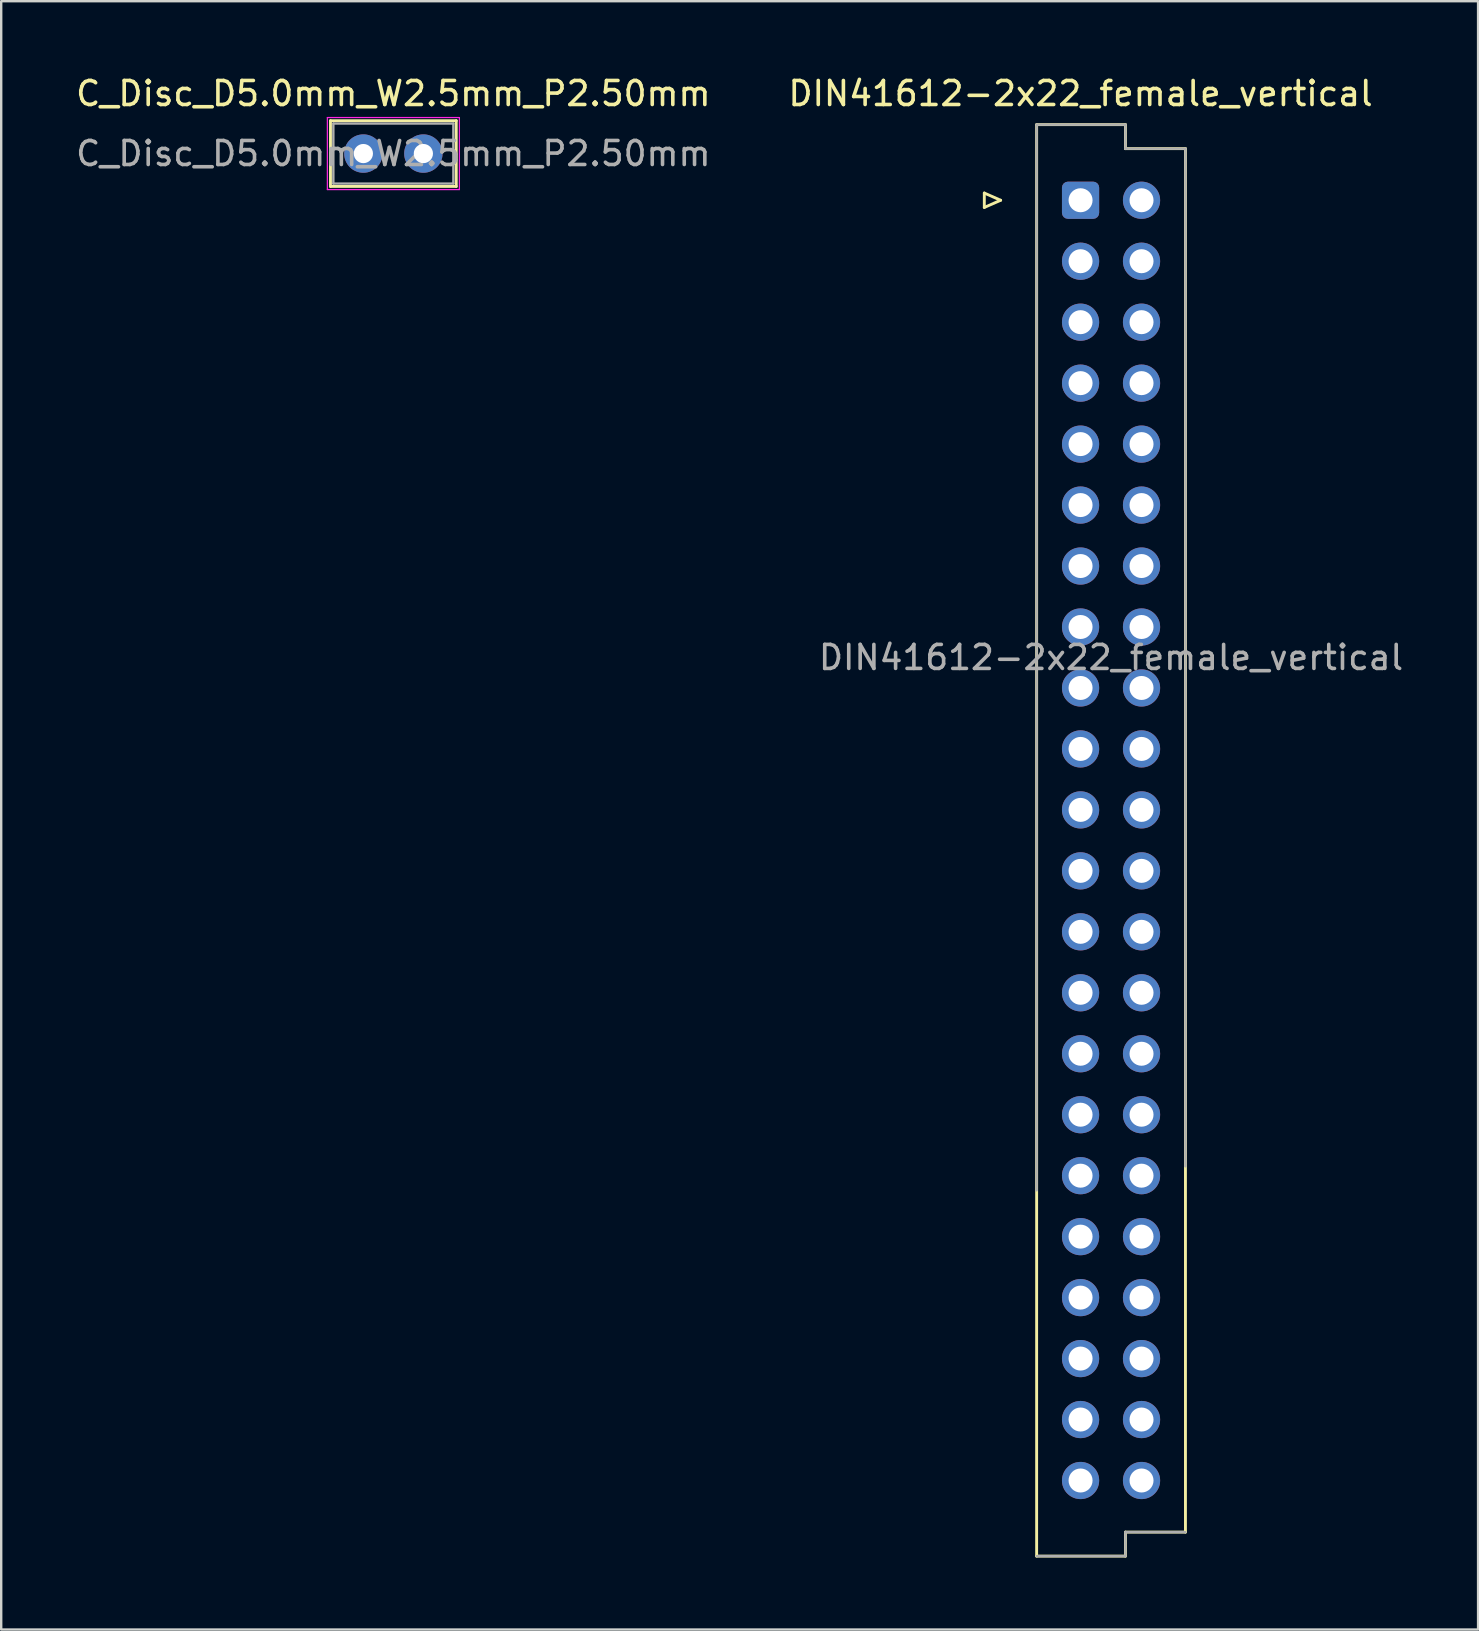
<source format=kicad_pcb>
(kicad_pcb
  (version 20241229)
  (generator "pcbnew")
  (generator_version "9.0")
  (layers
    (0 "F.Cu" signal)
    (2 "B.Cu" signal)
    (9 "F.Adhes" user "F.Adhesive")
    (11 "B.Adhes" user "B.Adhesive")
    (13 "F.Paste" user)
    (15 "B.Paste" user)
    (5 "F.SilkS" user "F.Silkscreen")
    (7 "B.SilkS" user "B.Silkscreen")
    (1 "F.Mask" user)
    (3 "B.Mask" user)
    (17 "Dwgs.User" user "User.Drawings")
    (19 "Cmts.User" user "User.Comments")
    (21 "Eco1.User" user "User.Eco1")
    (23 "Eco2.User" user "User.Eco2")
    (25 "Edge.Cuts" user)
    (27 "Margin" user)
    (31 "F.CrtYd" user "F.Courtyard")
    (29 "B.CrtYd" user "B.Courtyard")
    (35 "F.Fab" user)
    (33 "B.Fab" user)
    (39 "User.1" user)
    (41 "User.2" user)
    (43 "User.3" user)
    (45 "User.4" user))
  (footprint "DIN41612-2x22_female_vertical"
    (layer "F.Cu")
    (at 41.97 5.293)
    (property "Reference" "DIN41612-2x22_female_vertical" (at 0 -4.445 0) (layer "F.SilkS") (effects (font (size 1 1) (thickness 0.15))))
    (attr through_hole)
    (fp_line (start -4.01 -0.3) (end -4.01 0.3) (stroke (width 0.12) (type solid)) (layer "F.SilkS"))
    (fp_line (start -4.01 0.3) (end -3.33 0) (stroke (width 0.12) (type solid)) (layer "F.SilkS"))
    (fp_line (start -3.33 0) (end -4.01 -0.3) (stroke (width 0.12) (type solid)) (layer "F.SilkS"))
    (fp_line (start -1.83 -3.15) (end 1.87 -3.15) (stroke (width 0.12) (type solid)) (layer "F.SilkS"))
    (fp_line (start -1.83 56.49) (end -1.83 -3.15) (stroke (width 0.12) (type solid)) (layer "F.SilkS"))
    (fp_line (start 1.87 -3.15) (end 1.87 -2.15) (stroke (width 0.12) (type solid)) (layer "F.SilkS"))
    (fp_line (start 1.87 -2.15) (end 4.37 -2.15) (stroke (width 0.12) (type solid)) (layer "F.SilkS"))
    (fp_line (start 1.87 55.49) (end 1.87 56.49) (stroke (width 0.12) (type solid)) (layer "F.SilkS"))
    (fp_line (start 1.87 56.49) (end -1.83 56.49) (stroke (width 0.12) (type solid)) (layer "F.SilkS"))
    (fp_line (start 4.37 -2.15) (end 4.37 55.49) (stroke (width 0.12) (type solid)) (layer "F.SilkS"))
    (fp_line (start 4.37 55.49) (end 1.87 55.49) (stroke (width 0.12) (type solid)) (layer "F.SilkS"))
    (fp_line (start -1.83 -3.15) (end 1.87 -3.15) (stroke (width 0.1) (type solid)) (layer "F.Fab"))
    (fp_line (start -1.83 41.25) (end -1.83 -3.15) (stroke (width 0.1) (type solid)) (layer "F.Fab"))
    (fp_line (start 1.87 -3.15) (end 1.87 -2.15) (stroke (width 0.1) (type solid)) (layer "F.Fab"))
    (fp_line (start 1.87 -2.15) (end 4.37 -2.15) (stroke (width 0.1) (type solid)) (layer "F.Fab"))
    (fp_line (start 1.87 55.49) (end 1.87 56.49) (stroke (width 0.1) (type solid)) (layer "F.Fab"))
    (fp_line (start 1.87 56.49) (end -1.83 56.49) (stroke (width 0.1) (type solid)) (layer "F.Fab"))
    (fp_line (start 4.37 -2.15) (end 4.37 40.25) (stroke (width 0.1) (type solid)) (layer "F.Fab"))
    (fp_line (start 4.37 55.49) (end 1.87 55.49) (stroke (width 0.1) (type solid)) (layer "F.Fab"))
    (fp_text user "${REFERENCE}" (at 1.27 19.05 0) (layer "F.Fab") (effects (font (size 1 1) (thickness 0.15))))
    (pad "1A" thru_hole roundrect (at 0 0) (size 1.55 1.55) (drill 1) (layers "*.Cu" "*.Mask") (roundrect_rratio 0.161))
    (pad "1B" thru_hole circle (at 2.54 0) (size 1.55 1.55) (drill 1) (layers "*.Cu" "*.Mask"))
    (pad "2A" thru_hole circle (at 0 2.54) (size 1.55 1.55) (drill 1) (layers "*.Cu" "*.Mask"))
    (pad "2B" thru_hole circle (at 2.54 2.54) (size 1.55 1.55) (drill 1) (layers "*.Cu" "*.Mask"))
    (pad "3A" thru_hole circle (at 0 5.08) (size 1.55 1.55) (drill 1) (layers "*.Cu" "*.Mask"))
    (pad "3B" thru_hole circle (at 2.54 5.08) (size 1.55 1.55) (drill 1) (layers "*.Cu" "*.Mask"))
    (pad "4A" thru_hole circle (at 0 7.62) (size 1.55 1.55) (drill 1) (layers "*.Cu" "*.Mask"))
    (pad "4B" thru_hole circle (at 2.54 7.62) (size 1.55 1.55) (drill 1) (layers "*.Cu" "*.Mask"))
    (pad "5A" thru_hole circle (at 0 10.16) (size 1.55 1.55) (drill 1) (layers "*.Cu" "*.Mask"))
    (pad "5B" thru_hole circle (at 2.54 10.16) (size 1.55 1.55) (drill 1) (layers "*.Cu" "*.Mask"))
    (pad "6A" thru_hole circle (at 0 12.7) (size 1.55 1.55) (drill 1) (layers "*.Cu" "*.Mask"))
    (pad "6B" thru_hole circle (at 2.54 12.7) (size 1.55 1.55) (drill 1) (layers "*.Cu" "*.Mask"))
    (pad "7A" thru_hole circle (at 0 15.24) (size 1.55 1.55) (drill 1) (layers "*.Cu" "*.Mask"))
    (pad "7B" thru_hole circle (at 2.54 15.24) (size 1.55 1.55) (drill 1) (layers "*.Cu" "*.Mask"))
    (pad "8A" thru_hole circle (at 0 17.78) (size 1.55 1.55) (drill 1) (layers "*.Cu" "*.Mask"))
    (pad "8B" thru_hole circle (at 2.54 17.78) (size 1.55 1.55) (drill 1) (layers "*.Cu" "*.Mask"))
    (pad "9A" thru_hole circle (at 0 20.32) (size 1.55 1.55) (drill 1) (layers "*.Cu" "*.Mask"))
    (pad "9B" thru_hole circle (at 2.54 20.32) (size 1.55 1.55) (drill 1) (layers "*.Cu" "*.Mask"))
    (pad "10A" thru_hole circle (at 0 22.86) (size 1.55 1.55) (drill 1) (layers "*.Cu" "*.Mask"))
    (pad "10B" thru_hole circle (at 2.54 22.86) (size 1.55 1.55) (drill 1) (layers "*.Cu" "*.Mask"))
    (pad "11A" thru_hole circle (at 0 25.4) (size 1.55 1.55) (drill 1) (layers "*.Cu" "*.Mask"))
    (pad "11B" thru_hole circle (at 2.54 25.4) (size 1.55 1.55) (drill 1) (layers "*.Cu" "*.Mask"))
    (pad "12A" thru_hole circle (at 0 27.94) (size 1.55 1.55) (drill 1) (layers "*.Cu" "*.Mask"))
    (pad "12B" thru_hole circle (at 2.54 27.94) (size 1.55 1.55) (drill 1) (layers "*.Cu" "*.Mask"))
    (pad "13A" thru_hole circle (at 0 30.48) (size 1.55 1.55) (drill 1) (layers "*.Cu" "*.Mask"))
    (pad "13B" thru_hole circle (at 2.54 30.48) (size 1.55 1.55) (drill 1) (layers "*.Cu" "*.Mask"))
    (pad "14A" thru_hole circle (at 0 33.02) (size 1.55 1.55) (drill 1) (layers "*.Cu" "*.Mask"))
    (pad "14B" thru_hole circle (at 2.54 33.02) (size 1.55 1.55) (drill 1) (layers "*.Cu" "*.Mask"))
    (pad "15A" thru_hole circle (at 0 35.56) (size 1.55 1.55) (drill 1) (layers "*.Cu" "*.Mask"))
    (pad "15B" thru_hole circle (at 2.54 35.56) (size 1.55 1.55) (drill 1) (layers "*.Cu" "*.Mask"))
    (pad "16A" thru_hole circle (at 0 38.1) (size 1.55 1.55) (drill 1) (layers "*.Cu" "*.Mask"))
    (pad "16B" thru_hole circle (at 2.54 38.1) (size 1.55 1.55) (drill 1) (layers "*.Cu" "*.Mask"))
    (pad "17A" thru_hole circle (at 0 40.64) (size 1.55 1.55) (drill 1) (layers "*.Cu" "*.Mask"))
    (pad "17B" thru_hole circle (at 2.54 40.64) (size 1.55 1.55) (drill 1) (layers "*.Cu" "*.Mask"))
    (pad "18A" thru_hole circle (at 0 43.18) (size 1.55 1.55) (drill 1) (layers "*.Cu" "*.Mask"))
    (pad "18B" thru_hole circle (at 2.54 43.18) (size 1.55 1.55) (drill 1) (layers "*.Cu" "*.Mask"))
    (pad "19A" thru_hole circle (at 0 45.72) (size 1.55 1.55) (drill 1) (layers "*.Cu" "*.Mask"))
    (pad "19B" thru_hole circle (at 2.54 45.72) (size 1.55 1.55) (drill 1) (layers "*.Cu" "*.Mask"))
    (pad "20A" thru_hole circle (at 0 48.26) (size 1.55 1.55) (drill 1) (layers "*.Cu" "*.Mask"))
    (pad "20B" thru_hole circle (at 2.54 48.26) (size 1.55 1.55) (drill 1) (layers "*.Cu" "*.Mask"))
    (pad "21A" thru_hole circle (at 0 50.8) (size 1.55 1.55) (drill 1) (layers "*.Cu" "*.Mask"))
    (pad "21B" thru_hole circle (at 2.54 50.8) (size 1.55 1.55) (drill 1) (layers "*.Cu" "*.Mask"))
    (pad "22A" thru_hole circle (at 0 53.34) (size 1.55 1.55) (drill 1) (layers "*.Cu" "*.Mask"))
    (pad "22B" thru_hole circle (at 2.54 53.34) (size 1.55 1.55) (drill 1) (layers "*.Cu" "*.Mask")))
  (footprint "C_Disc_D5.0mm_W2.5mm_P2.50mm"
    (layer "F.Cu")
    (at 12.089 3.348)
    (property "Reference" "C_Disc_D5.0mm_W2.5mm_P2.50mm" (at 1.25 -2.5 0) (layer "F.SilkS") (effects (font (size 1 1) (thickness 0.15))))
    (attr through_hole)
    (fp_line (start -1.37 -1.37) (end -1.37 1.37) (stroke (width 0.12) (type solid)) (layer "F.SilkS"))
    (fp_line (start -1.37 -1.37) (end 3.87 -1.37) (stroke (width 0.12) (type solid)) (layer "F.SilkS"))
    (fp_line (start -1.37 1.37) (end 3.87 1.37) (stroke (width 0.12) (type solid)) (layer "F.SilkS"))
    (fp_line (start 3.87 -1.37) (end 3.87 1.37) (stroke (width 0.12) (type solid)) (layer "F.SilkS"))
    (fp_line (start -1.5 -1.5) (end -1.5 1.5) (stroke (width 0.05) (type solid)) (layer "F.CrtYd"))
    (fp_line (start -1.5 1.5) (end 4 1.5) (stroke (width 0.05) (type solid)) (layer "F.CrtYd"))
    (fp_line (start 4 -1.5) (end -1.5 -1.5) (stroke (width 0.05) (type solid)) (layer "F.CrtYd"))
    (fp_line (start 4 1.5) (end 4 -1.5) (stroke (width 0.05) (type solid)) (layer "F.CrtYd"))
    (fp_line (start -1.25 -1.25) (end -1.25 1.25) (stroke (width 0.1) (type solid)) (layer "F.Fab"))
    (fp_line (start -1.25 1.25) (end 3.75 1.25) (stroke (width 0.1) (type solid)) (layer "F.Fab"))
    (fp_line (start 3.75 -1.25) (end -1.25 -1.25) (stroke (width 0.1) (type solid)) (layer "F.Fab"))
    (fp_line (start 3.75 1.25) (end 3.75 -1.25) (stroke (width 0.1) (type solid)) (layer "F.Fab"))
    (fp_text user "${REFERENCE}" (at 1.25 0 0) (layer "F.Fab") (effects (font (size 1 1) (thickness 0.15))))
    (pad "1" thru_hole circle (at 0 0) (size 1.6 1.6) (drill 0.8) (layers "*.Cu" "*.Mask"))
    (pad "2" thru_hole circle (at 2.5 0) (size 1.6 1.6) (drill 0.8) (layers "*.Cu" "*.Mask")))
  (gr_rect
    (start -3 -3)
    (end 58.532 64.843)
    (stroke (width 0.1) (type default))
    (fill no)
    (layer "Edge.Cuts")))
</source>
